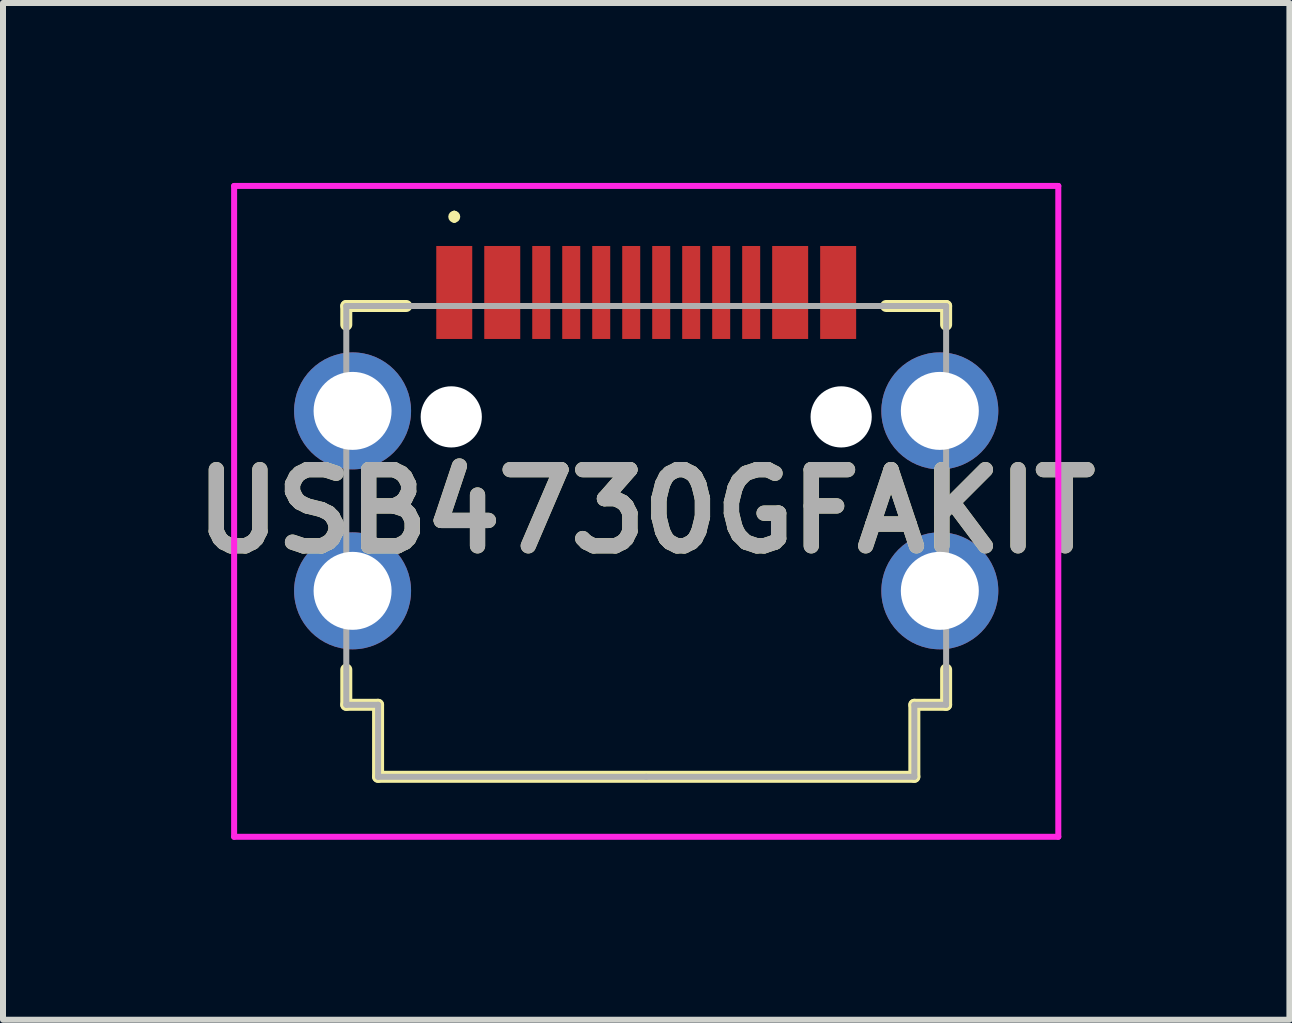
<source format=kicad_pcb>
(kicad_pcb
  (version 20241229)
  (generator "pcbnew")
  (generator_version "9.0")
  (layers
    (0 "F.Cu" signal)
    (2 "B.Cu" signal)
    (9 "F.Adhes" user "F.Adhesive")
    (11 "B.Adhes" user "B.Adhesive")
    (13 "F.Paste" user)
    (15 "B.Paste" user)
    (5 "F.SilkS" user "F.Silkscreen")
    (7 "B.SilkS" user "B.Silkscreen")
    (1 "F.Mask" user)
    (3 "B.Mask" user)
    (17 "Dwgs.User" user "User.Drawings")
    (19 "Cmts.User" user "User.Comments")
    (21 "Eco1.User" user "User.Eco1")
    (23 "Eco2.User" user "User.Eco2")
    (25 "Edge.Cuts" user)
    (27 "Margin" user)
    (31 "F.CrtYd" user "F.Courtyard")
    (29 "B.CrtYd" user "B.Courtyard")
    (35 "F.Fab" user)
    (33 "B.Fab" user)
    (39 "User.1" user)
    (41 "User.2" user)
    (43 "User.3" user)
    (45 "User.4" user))
  (footprint "USB4730GFAKIT"
    (layer "F.Cu")
    (at 7.723 5.863)
    (property "Reference" "USB4730GFAKIT" (at 0 -0.388 0) (layer "F.SilkS") (effects (font (size 1.27 1.27) (thickness 0.254))))
    (attr through_hole)
    (fp_line (start -5 -3.812) (end -5 -3.5) (stroke (width 0.2) (type solid)) (layer "F.SilkS"))
    (fp_line (start -5 2.837) (end -5 2.25) (stroke (width 0.2) (type solid)) (layer "F.SilkS"))
    (fp_line (start -4.47 2.837) (end -5 2.837) (stroke (width 0.2) (type solid)) (layer "F.SilkS"))
    (fp_line (start -4.47 4.037) (end -4.47 2.837) (stroke (width 0.2) (type solid)) (layer "F.SilkS"))
    (fp_line (start -4 -3.812) (end -5 -3.812) (stroke (width 0.2) (type solid)) (layer "F.SilkS"))
    (fp_line (start -3.2 -5.35) (end -3.2 -5.35) (stroke (width 0.1) (type solid)) (layer "F.SilkS"))
    (fp_line (start -3.2 -5.25) (end -3.2 -5.25) (stroke (width 0.1) (type solid)) (layer "F.SilkS"))
    (fp_line (start 4 -3.812) (end 5 -3.812) (stroke (width 0.2) (type solid)) (layer "F.SilkS"))
    (fp_line (start 4.47 2.837) (end 4.47 4.037) (stroke (width 0.2) (type solid)) (layer "F.SilkS"))
    (fp_line (start 4.47 4.037) (end -4.47 4.037) (stroke (width 0.2) (type solid)) (layer "F.SilkS"))
    (fp_line (start 5 -3.812) (end 5 -3.5) (stroke (width 0.2) (type solid)) (layer "F.SilkS"))
    (fp_line (start 5 2.25) (end 5 2.837) (stroke (width 0.2) (type solid)) (layer "F.SilkS"))
    (fp_line (start 5 2.837) (end 4.47 2.837) (stroke (width 0.2) (type solid)) (layer "F.SilkS"))
    (fp_arc (start -3.2 -5.35) (mid -3.15 -5.3) (end -3.2 -5.25) (stroke (width 0.1) (type solid)) (layer "F.SilkS"))
    (fp_arc (start -3.2 -5.25) (mid -3.25 -5.3) (end -3.2 -5.35) (stroke (width 0.1) (type solid)) (layer "F.SilkS"))
    (fp_line (start -6.87 -5.813) (end 6.87 -5.813) (stroke (width 0.1) (type solid)) (layer "F.CrtYd"))
    (fp_line (start -6.87 5.037) (end -6.87 -5.813) (stroke (width 0.1) (type solid)) (layer "F.CrtYd"))
    (fp_line (start 6.87 -5.813) (end 6.87 5.037) (stroke (width 0.1) (type solid)) (layer "F.CrtYd"))
    (fp_line (start 6.87 5.037) (end -6.87 5.037) (stroke (width 0.1) (type solid)) (layer "F.CrtYd"))
    (fp_line (start -5 -3.812) (end -5 2.837) (stroke (width 0.1) (type solid)) (layer "F.Fab"))
    (fp_line (start -5 2.837) (end -4.47 2.837) (stroke (width 0.1) (type solid)) (layer "F.Fab"))
    (fp_line (start -4.47 2.837) (end -4.47 4.037) (stroke (width 0.1) (type solid)) (layer "F.Fab"))
    (fp_line (start -4.47 4.037) (end 0 4.037) (stroke (width 0.1) (type solid)) (layer "F.Fab"))
    (fp_line (start 0 4.037) (end 4.47 4.037) (stroke (width 0.1) (type solid)) (layer "F.Fab"))
    (fp_line (start 4.47 2.837) (end 5 2.837) (stroke (width 0.1) (type solid)) (layer "F.Fab"))
    (fp_line (start 4.47 4.037) (end 4.47 2.837) (stroke (width 0.1) (type solid)) (layer "F.Fab"))
    (fp_line (start 5 -3.812) (end -5 -3.812) (stroke (width 0.1) (type solid)) (layer "F.Fab"))
    (fp_line (start 5 2.837) (end 5 -3.812) (stroke (width 0.1) (type solid)) (layer "F.Fab"))
    (fp_text user "${REFERENCE}" (at 0 -0.388 0) (layer "F.Fab") (effects (font (size 1.27 1.27) (thickness 0.254))))
    (pad "" np_thru_hole circle (at -3.25 -1.963) (size 1.02 1.02) (drill 1.02) (layers "*.Cu" "*.Mask"))
    (pad "" np_thru_hole circle (at 3.25 -1.963) (size 1.02 1.02) (drill 1.02) (layers "*.Cu" "*.Mask"))
    (pad "A1" smd rect (at -3.2 -4.037) (size 0.6 1.55) (layers "F.Cu" "F.Mask" "F.Paste"))
    (pad "A4" smd rect (at -2.4 -4.037) (size 0.6 1.55) (layers "F.Cu" "F.Mask" "F.Paste"))
    (pad "A5" smd rect (at -1.25 -4.037) (size 0.3 1.55) (layers "F.Cu" "F.Mask" "F.Paste"))
    (pad "A6" smd rect (at -0.25 -4.037) (size 0.3 1.55) (layers "F.Cu" "F.Mask" "F.Paste"))
    (pad "A7" smd rect (at 0.25 -4.037) (size 0.3 1.55) (layers "F.Cu" "F.Mask" "F.Paste"))
    (pad "A8" smd rect (at 1.25 -4.037) (size 0.3 1.55) (layers "F.Cu" "F.Mask" "F.Paste"))
    (pad "A9" smd rect (at 2.4 -4.037) (size 0.6 1.55) (layers "F.Cu" "F.Mask" "F.Paste"))
    (pad "A12" smd rect (at 3.2 -4.037) (size 0.6 1.55) (layers "F.Cu" "F.Mask" "F.Paste"))
    (pad "B5" smd rect (at 1.75 -4.037) (size 0.3 1.55) (layers "F.Cu" "F.Mask" "F.Paste"))
    (pad "B6" smd rect (at 0.75 -4.037) (size 0.3 1.55) (layers "F.Cu" "F.Mask" "F.Paste"))
    (pad "B7" smd rect (at -0.75 -4.037) (size 0.3 1.55) (layers "F.Cu" "F.Mask" "F.Paste"))
    (pad "B8" smd rect (at -1.75 -4.037) (size 0.3 1.55) (layers "F.Cu" "F.Mask" "F.Paste"))
    (pad "MH1" thru_hole circle (at -4.895 -2.063) (size 1.95 1.95) (drill 1.3) (layers "*.Cu" "*.Mask"))
    (pad "MH2" thru_hole circle (at -4.895 0.937) (size 1.95 1.95) (drill 1.3) (layers "*.Cu" "*.Mask"))
    (pad "MH3" thru_hole circle (at 4.895 0.937) (size 1.95 1.95) (drill 1.3) (layers "*.Cu" "*.Mask"))
    (pad "MH4" thru_hole circle (at 4.895 -2.063) (size 1.95 1.95) (drill 1.3) (layers "*.Cu" "*.Mask")))
  (gr_rect
    (start -3 -3)
    (end 18.446 13.95)
    (stroke (width 0.1) (type default))
    (fill no)
    (layer "Edge.Cuts")))
</source>
